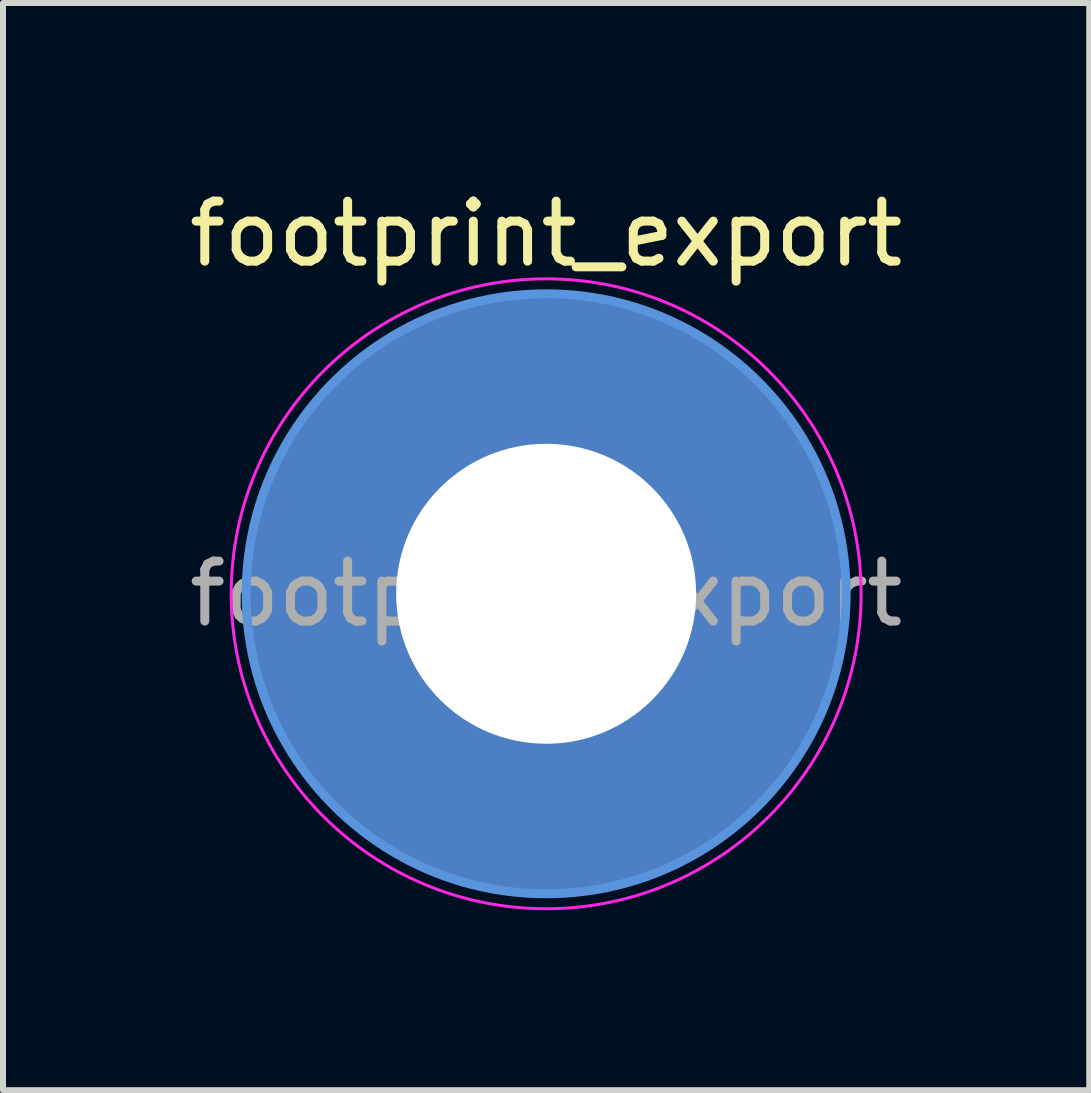
<source format=kicad_pcb>
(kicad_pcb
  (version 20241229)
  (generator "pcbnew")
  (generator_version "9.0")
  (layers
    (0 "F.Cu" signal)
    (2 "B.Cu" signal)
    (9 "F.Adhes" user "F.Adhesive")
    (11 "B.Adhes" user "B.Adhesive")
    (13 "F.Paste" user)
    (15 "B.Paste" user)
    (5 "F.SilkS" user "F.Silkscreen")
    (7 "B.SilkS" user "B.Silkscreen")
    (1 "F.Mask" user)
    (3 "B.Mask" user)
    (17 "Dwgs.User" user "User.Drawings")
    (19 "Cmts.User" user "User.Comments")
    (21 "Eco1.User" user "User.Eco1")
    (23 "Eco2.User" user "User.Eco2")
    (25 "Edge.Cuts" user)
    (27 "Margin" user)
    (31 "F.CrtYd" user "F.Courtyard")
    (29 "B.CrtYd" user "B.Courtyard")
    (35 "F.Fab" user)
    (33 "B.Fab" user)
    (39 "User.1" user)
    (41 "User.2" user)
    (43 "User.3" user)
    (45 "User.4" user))
  (footprint "footprint_export"
    (layer "F.Cu")
    (at 6.054 6.848)
    (property "Reference" "footprint_export" (at 0 -6 0) (layer "F.SilkS") (effects (font (size 1 1) (thickness 0.15))))
    (attr exclude_from_pos_files exclude_from_bom)
    (fp_circle (center 0 0) (end 5 0) (stroke (width 0.15) (type solid)) (fill no) (layer "Cmts.User"))
    (fp_circle (center 0 0) (end 5.25 0) (stroke (width 0.05) (type solid)) (fill no) (layer "F.CrtYd"))
    (fp_text user "${REFERENCE}" (at 0 0 0) (layer "F.Fab") (effects (font (size 1 1) (thickness 0.15))))
    (pad "1" thru_hole circle (at 0 0) (size 5.4 5.4) (drill 5) (layers "*.Cu" "*.Mask"))
    (pad "1" connect circle (at 0 0) (size 10 10) (layers "F.Cu" "F.Mask"))
    (pad "1" connect circle (at 0 0) (size 10 10) (layers "B.Cu" "B.Mask")))
  (gr_rect
    (start -3 -3)
    (end 15.107 15.123)
    (stroke (width 0.1) (type default))
    (fill no)
    (layer "Edge.Cuts")))
</source>
